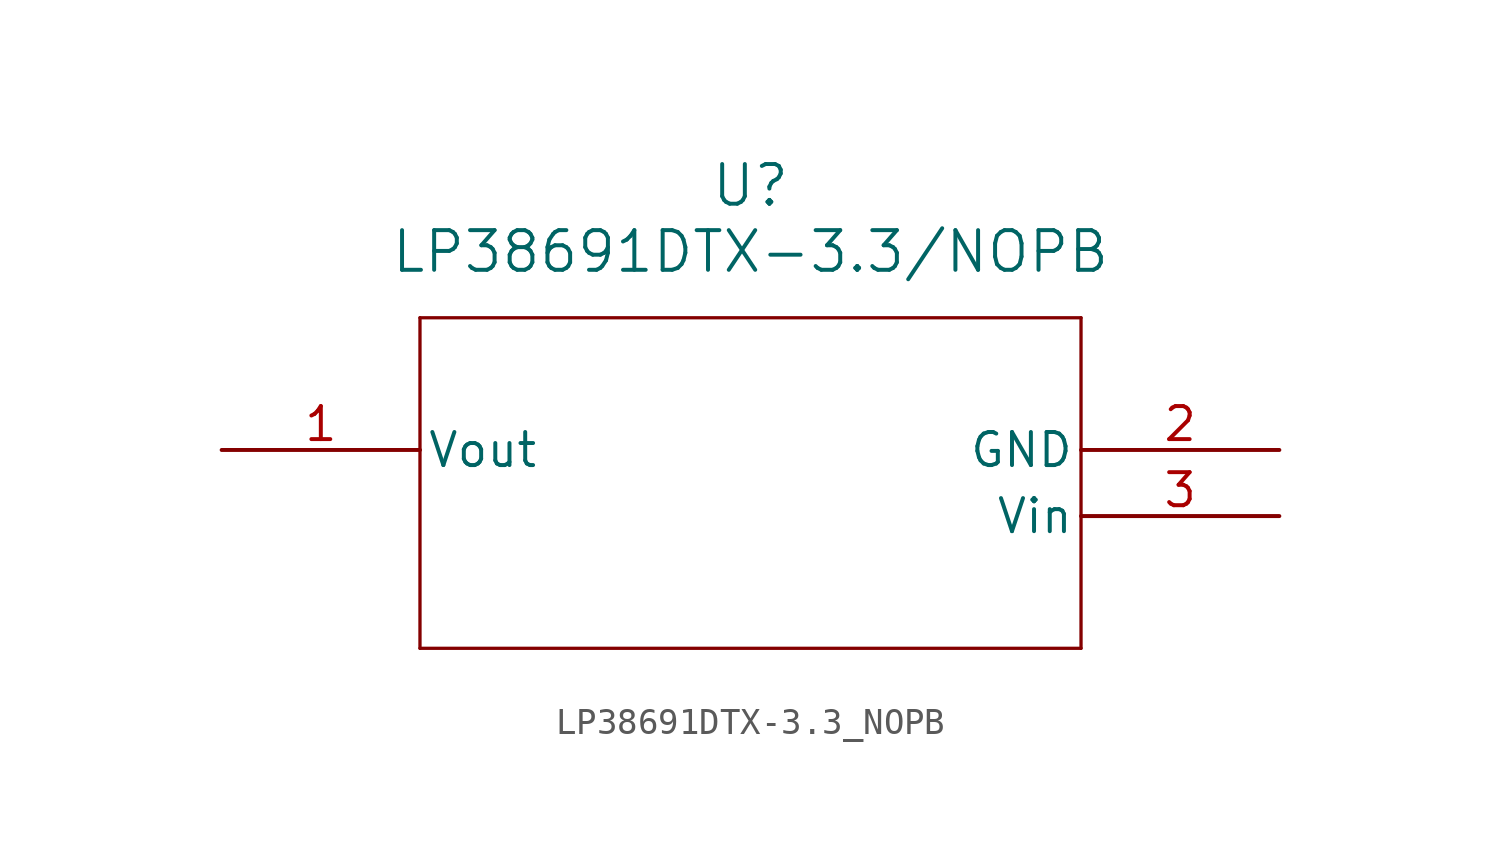
<source format=kicad_sym>
(kicad_symbol_lib
  (version 20211014)
  (generator kicad_symbol_editor)
  (symbol "LP38691DTX-3.3_NOPB"
    (pin_names
      (offset 0.254))
    (property "Reference" "U"
      (at 20.32 10.16 0)
      (effects (font (size 1.524 1.524))))
    (property "Value" "LP38691DTX-3.3/NOPB"
      (at 20.32 7.62 0)
      (effects (font (size 1.524 1.524))))
    (symbol "LP38691DTX-3.3_NOPB_0_1"
      (polyline (pts (xy 7.62 5.08) (xy 7.62 -7.62)) (stroke (width 0.127) (type default) (color 0 0 0 0)) (fill (type none)))
      (polyline (pts (xy 7.62 -7.62) (xy 33.02 -7.62)) (stroke (width 0.127) (type default) (color 0 0 0 0)) (fill (type none)))
      (polyline (pts (xy 33.02 -7.62) (xy 33.02 5.08)) (stroke (width 0.127) (type default) (color 0 0 0 0)) (fill (type none)))
      (polyline (pts (xy 33.02 5.08) (xy 7.62 5.08)) (stroke (width 0.127) (type default) (color 0 0 0 0)) (fill (type none)))
      (pin output line (at 0 0 0) (length 7.62) (name "Vout" (effects (font (size 1.27 1.27)))) (number "1" (effects (font (size 1.27 1.27)))))
      (pin passive line (at 40.64 0 180) (length 7.62) (name "GND" (effects (font (size 1.27 1.27)))) (number "2" (effects (font (size 1.27 1.27)))))
      (pin input line (at 40.64 -2.54 180) (length 7.62) (name "Vin" (effects (font (size 1.27 1.27)))) (number "3" (effects (font (size 1.27 1.27))))))))
</source>
